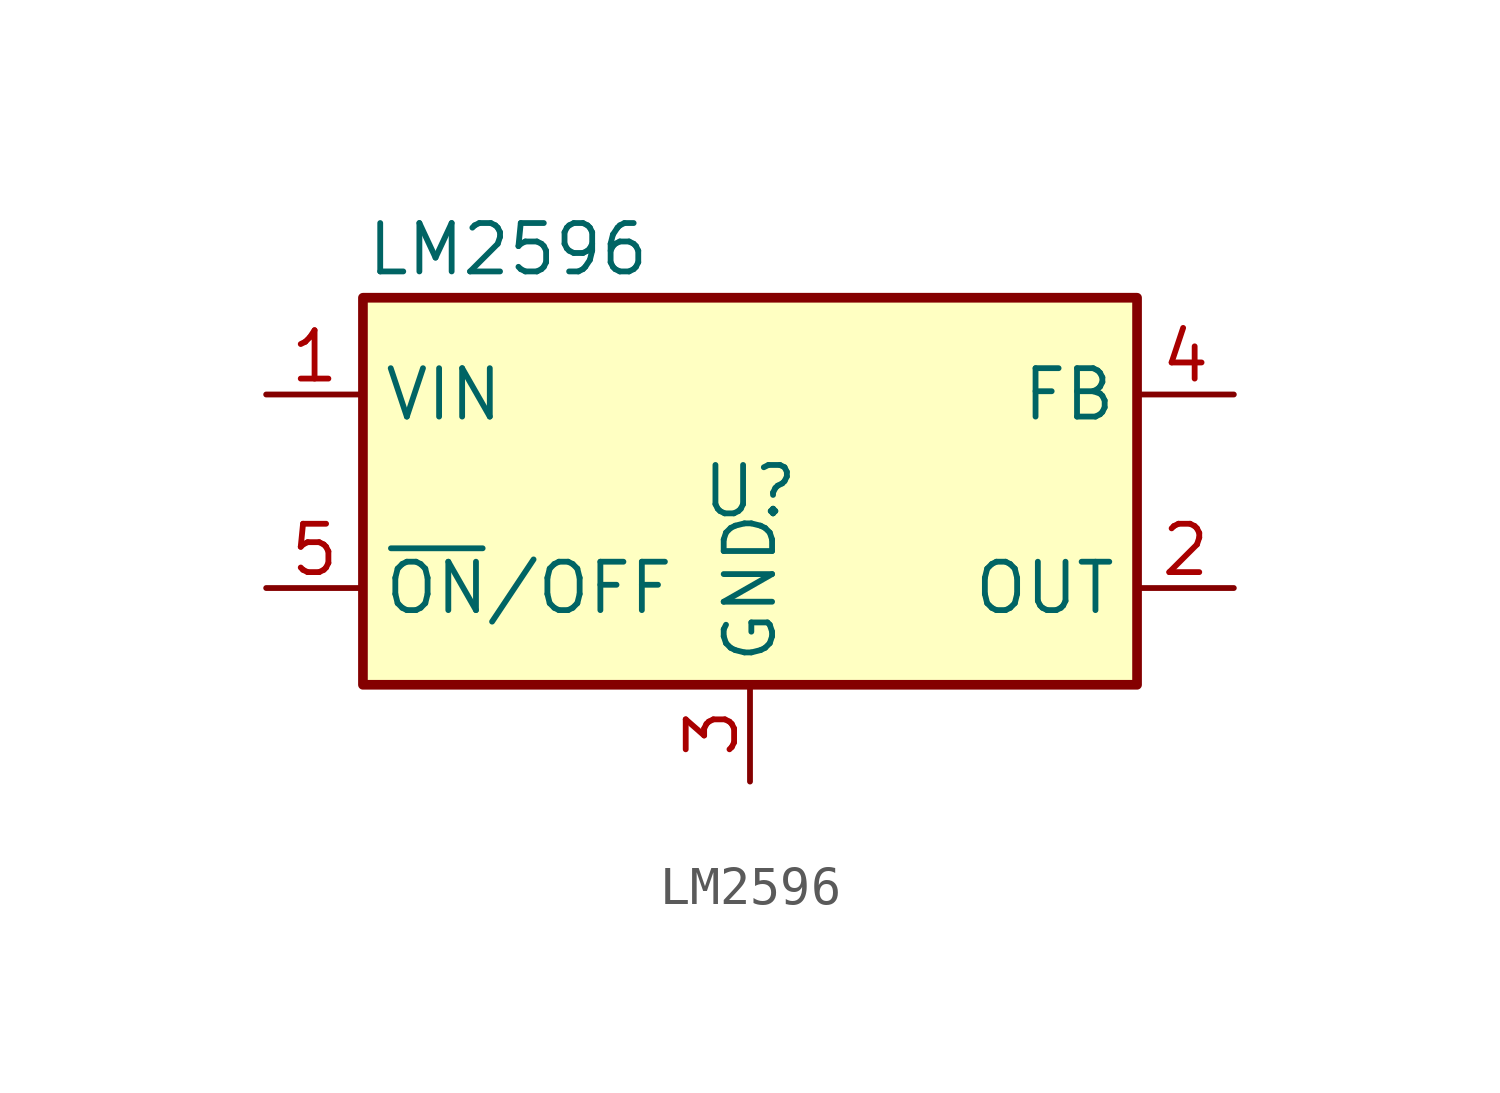
<source format=kicad_sym>
(kicad_symbol_lib
  (version 20211014)
  (generator kicad_symbol_editor)
  (symbol "LM2596"
    (property "Reference" "U"
      (at 0 0 0)
      (effects (font (size 1.27 1.27))))
    (property "Value" "LM2596"
      (at -6.35 6.35 0)
      (effects (font (size 1.27 1.27))))
    (symbol "LM2596_0_1"
      (rectangle (start -10.16 5.08) (end 10.16 -5.08) (stroke (width 0.254) (type default) (color 0 0 0 0)) (fill (type background))))
    (symbol "LM2596_1_1"
      (pin power_in line (at -12.7 2.54 0) (length 2.54) (name "VIN" (effects (font (size 1.27 1.27)))) (number "1" (effects (font (size 1.27 1.27)))))
      (pin output line (at 12.7 -2.54 180) (length 2.54) (name "OUT" (effects (font (size 1.27 1.27)))) (number "2" (effects (font (size 1.27 1.27)))))
      (pin power_in line (at 0 -7.62 90) (length 2.54) (name "GND" (effects (font (size 1.27 1.27)))) (number "3" (effects (font (size 1.27 1.27)))))
      (pin input line (at 12.7 2.54 180) (length 2.54) (name "FB" (effects (font (size 1.27 1.27)))) (number "4" (effects (font (size 1.27 1.27)))))
      (pin input line (at -12.7 -2.54 0) (length 2.54) (name "~{ON}/OFF" (effects (font (size 1.27 1.27)))) (number "5" (effects (font (size 1.27 1.27))))))))
</source>
